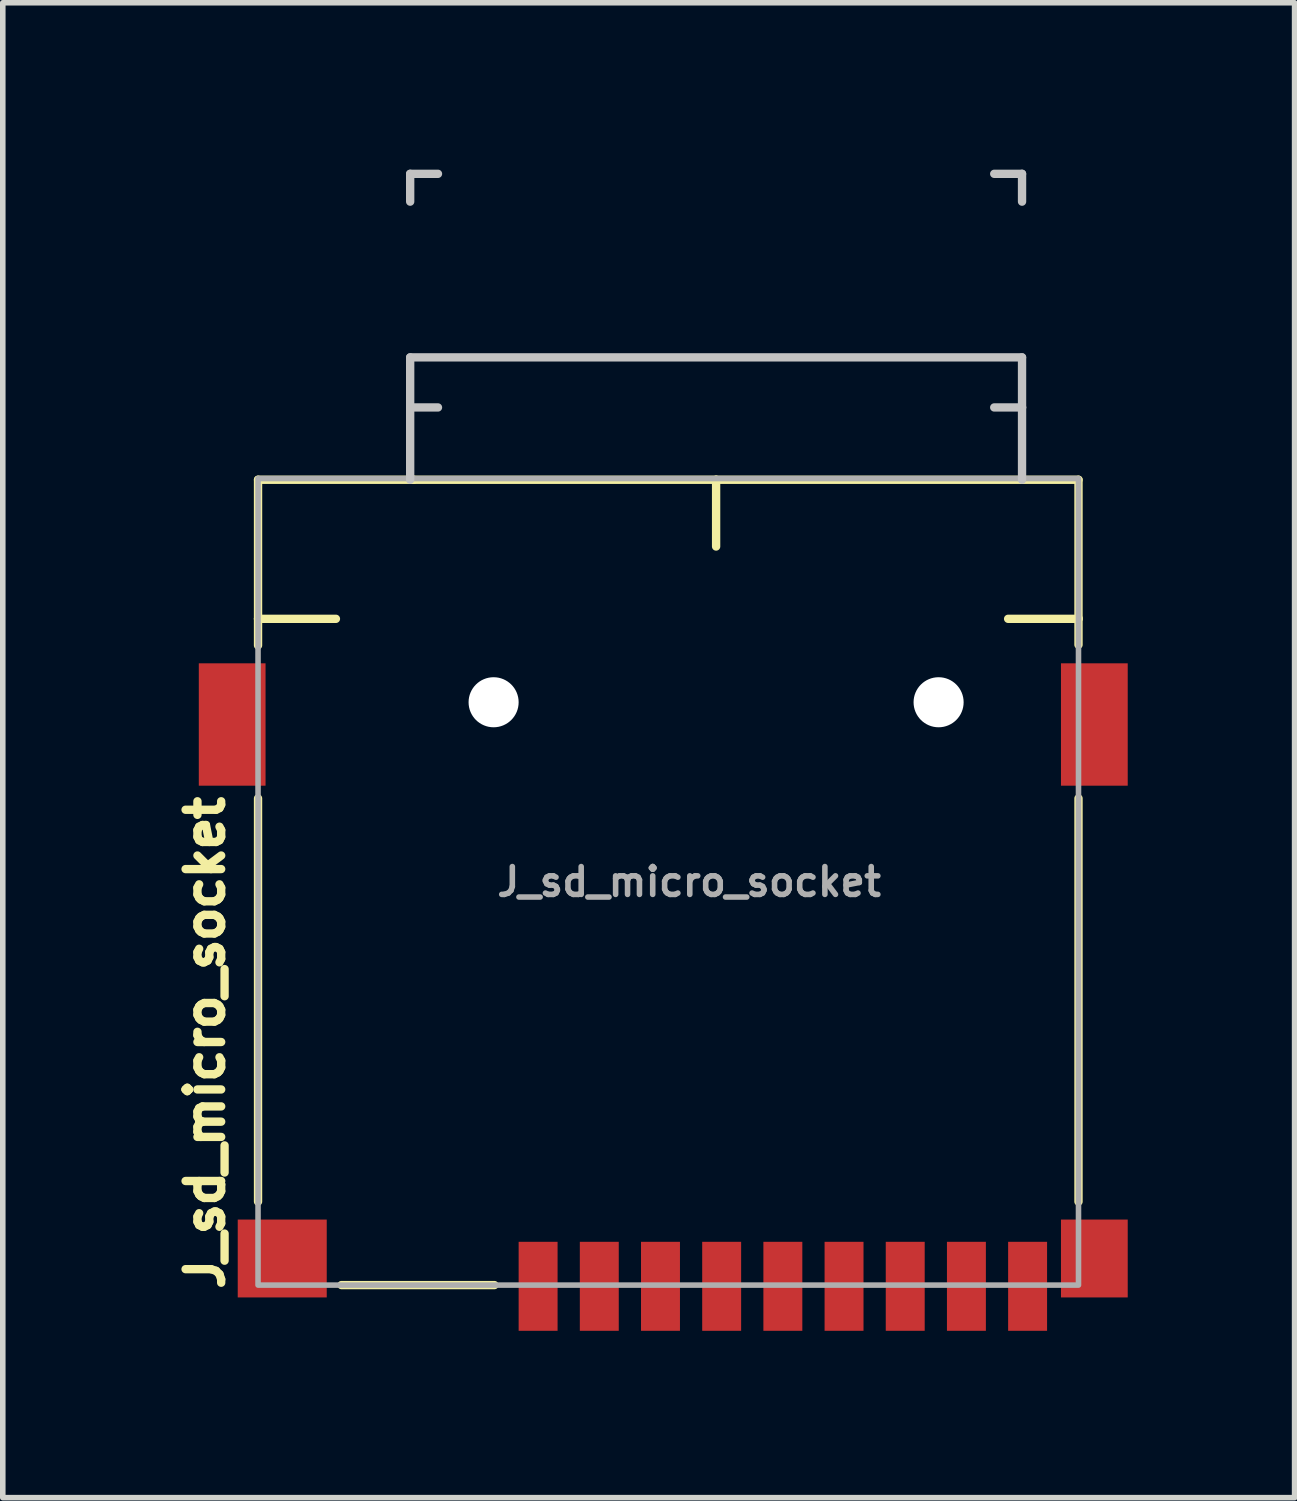
<source format=kicad_pcb>
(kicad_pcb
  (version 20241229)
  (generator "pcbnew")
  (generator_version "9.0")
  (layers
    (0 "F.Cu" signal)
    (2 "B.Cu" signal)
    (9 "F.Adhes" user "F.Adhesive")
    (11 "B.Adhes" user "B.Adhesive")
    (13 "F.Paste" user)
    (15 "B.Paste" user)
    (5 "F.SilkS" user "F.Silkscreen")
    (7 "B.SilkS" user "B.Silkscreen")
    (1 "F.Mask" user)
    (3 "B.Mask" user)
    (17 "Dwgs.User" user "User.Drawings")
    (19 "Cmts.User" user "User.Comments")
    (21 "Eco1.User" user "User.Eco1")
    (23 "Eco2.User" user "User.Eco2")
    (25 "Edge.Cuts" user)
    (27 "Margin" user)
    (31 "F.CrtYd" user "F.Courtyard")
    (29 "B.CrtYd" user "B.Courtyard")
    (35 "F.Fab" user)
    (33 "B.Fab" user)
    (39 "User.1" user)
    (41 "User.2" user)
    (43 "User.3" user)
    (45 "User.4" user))
  (footprint "J_sd_micro_socket"
    (layer "F.Cu")
    (at 9.839 13.053)
    (property "Reference" "J_sd_micro_socket" (at -9.201 2.645 270) (layer "F.SilkS") (effects (font (size 0.64 0.64) (thickness 0.15))))
    (attr smd)
    (fp_line (start -8.25 -7.478) (end -8.25 -4.978) (stroke (width 0.15) (type solid)) (layer "F.SilkS"))
    (fp_line (start -8.25 -4.978) (end -8.25 -4.5) (stroke (width 0.15) (type default)) (layer "F.SilkS"))
    (fp_line (start -8.25 -1.75) (end -8.25 5.5) (stroke (width 0.15) (type default)) (layer "F.SilkS"))
    (fp_line (start -6.85 -4.978) (end -8.25 -4.978) (stroke (width 0.15) (type solid)) (layer "F.SilkS"))
    (fp_line (start -6.75 7) (end -4 7) (stroke (width 0.15) (type default)) (layer "F.SilkS"))
    (fp_line (start -5.45 -7.478) (end -8.25 -7.478) (stroke (width 0.15) (type solid)) (layer "F.SilkS"))
    (fp_line (start -0.015 -7.478) (end -5.515 -7.478) (stroke (width 0.15) (type solid)) (layer "F.SilkS"))
    (fp_line (start -0.015 -6.278) (end -0.015 -7.478) (stroke (width 0.15) (type solid)) (layer "F.SilkS"))
    (fp_line (start 5.235 -4.978) (end 6.5 -4.978) (stroke (width 0.15) (type solid)) (layer "F.SilkS"))
    (fp_line (start 5.485 -7.478) (end -0.015 -7.478) (stroke (width 0.15) (type solid)) (layer "F.SilkS"))
    (fp_line (start 6.5 -7.478) (end 5.485 -7.478) (stroke (width 0.15) (type solid)) (layer "F.SilkS"))
    (fp_line (start 6.5 -7.478) (end 6.5 -4.978) (stroke (width 0.15) (type solid)) (layer "F.SilkS"))
    (fp_line (start 6.5 -4.989) (end 6.5 -4.511) (stroke (width 0.15) (type default)) (layer "F.SilkS"))
    (fp_line (start 6.5 -1.75) (end 6.5 5.5) (stroke (width 0.15) (type default)) (layer "F.SilkS"))
    (fp_line (start -5.515 -12.978) (end -5.515 -12.478) (stroke (width 0.15) (type solid)) (layer "Dwgs.User"))
    (fp_line (start -5.515 -9.678) (end -5.515 -8.778) (stroke (width 0.15) (type solid)) (layer "Dwgs.User"))
    (fp_line (start -5.515 -8.778) (end -5.515 -7.478) (stroke (width 0.15) (type solid)) (layer "Dwgs.User"))
    (fp_line (start -5.015 -12.978) (end -5.515 -12.978) (stroke (width 0.15) (type solid)) (layer "Dwgs.User"))
    (fp_line (start -5.015 -8.778) (end -5.515 -8.778) (stroke (width 0.15) (type solid)) (layer "Dwgs.User"))
    (fp_line (start 4.985 -12.978) (end 5.485 -12.978) (stroke (width 0.15) (type solid)) (layer "Dwgs.User"))
    (fp_line (start 4.985 -8.778) (end 5.485 -8.778) (stroke (width 0.15) (type solid)) (layer "Dwgs.User"))
    (fp_line (start 5.485 -12.978) (end 5.485 -12.478) (stroke (width 0.15) (type solid)) (layer "Dwgs.User"))
    (fp_line (start 5.485 -9.678) (end -5.515 -9.678) (stroke (width 0.15) (type solid)) (layer "Dwgs.User"))
    (fp_line (start 5.485 -9.678) (end 5.485 -8.778) (stroke (width 0.15) (type solid)) (layer "Dwgs.User"))
    (fp_line (start 5.485 -8.778) (end 5.485 -7.478) (stroke (width 0.15) (type solid)) (layer "Dwgs.User"))
    (fp_rect (start -8.25 -7.5) (end 6.5 7) (stroke (width 0.1) (type solid)) (fill no) (layer "F.Fab"))
    (fp_text user "${REFERENCE}" (at -0.5 -0.25 0) (layer "F.Fab") (effects (font (size 0.5 0.5) (thickness 0.1))))
    (pad "" np_thru_hole circle (at -4.015 -3.478) (size 0.9 0.9) (drill 0.9) (layers "*.Cu" "*.Mask"))
    (pad "" np_thru_hole circle (at 3.985 -3.478) (size 0.9 0.9) (drill 0.9) (layers "*.Cu" "*.Mask"))
    (pad "1" smd rect (at -3.215 7.022) (size 0.7 1.6) (layers "F.Cu" "F.Mask" "F.Paste"))
    (pad "2" smd rect (at -2.115 7.022) (size 0.7 1.6) (layers "F.Cu" "F.Mask" "F.Paste"))
    (pad "3" smd rect (at -1.015 7.022) (size 0.7 1.6) (layers "F.Cu" "F.Mask" "F.Paste"))
    (pad "4" smd rect (at 0.085 7.022) (size 0.7 1.6) (layers "F.Cu" "F.Mask" "F.Paste"))
    (pad "5" smd rect (at 1.185 7.022) (size 0.7 1.6) (layers "F.Cu" "F.Mask" "F.Paste"))
    (pad "6" smd rect (at 2.285 7.022) (size 0.7 1.6) (layers "F.Cu" "F.Mask" "F.Paste"))
    (pad "7" smd rect (at 3.385 7.022) (size 0.7 1.6) (layers "F.Cu" "F.Mask" "F.Paste"))
    (pad "8" smd rect (at 4.485 7.022) (size 0.7 1.6) (layers "F.Cu" "F.Mask" "F.Paste"))
    (pad "9" smd rect (at 5.585 7.022) (size 0.7 1.6) (layers "F.Cu" "F.Mask" "F.Paste"))
    (pad "SH" smd rect (at -8.715 -3.078) (size 1.2 2.2) (layers "F.Cu" "F.Mask" "F.Paste"))
    (pad "SH" smd rect (at -7.815 6.522) (size 1.6 1.4) (layers "F.Cu" "F.Mask" "F.Paste"))
    (pad "SH" smd rect (at 6.785 -3.078) (size 1.2 2.2) (layers "F.Cu" "F.Mask" "F.Paste"))
    (pad "SH" smd rect (at 6.785 6.522) (size 1.2 1.4) (layers "F.Cu" "F.Mask" "F.Paste")))
  (gr_rect
    (start -3 -3)
    (end 20.224 23.875)
    (stroke (width 0.1) (type default))
    (fill no)
    (layer "Edge.Cuts")))
</source>
